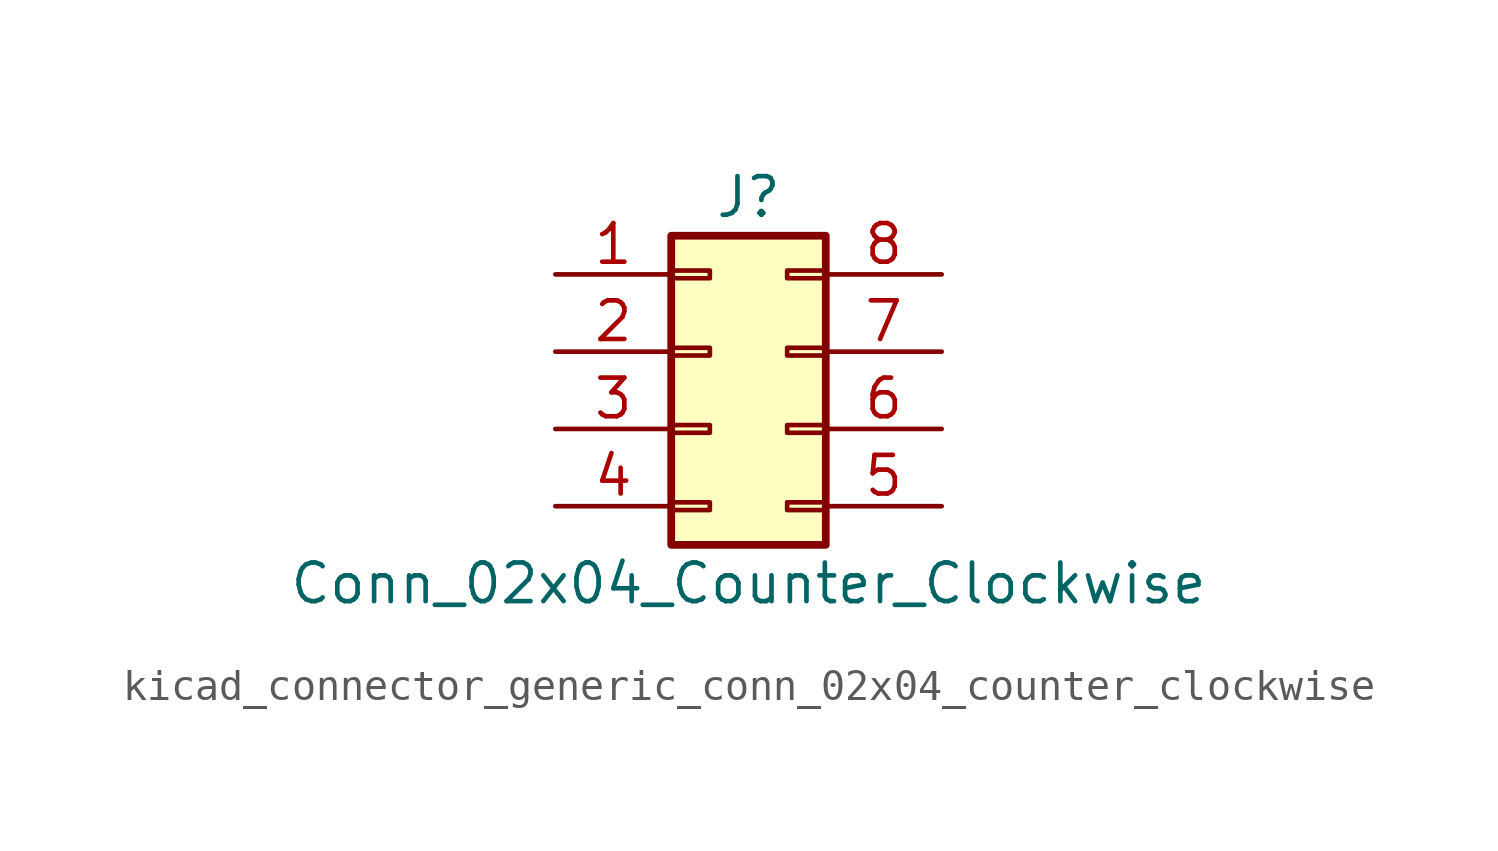
<source format=kicad_sym>
(kicad_symbol_lib
  (version 20220914)
  (generator kicad_symbol_editor)
  (symbol "kicad_connector_generic_conn_02x04_counter_clockwise"
    (pin_names
      (offset 1.016) hide)
    (property "Reference" "J"
      (at 1.27 5.08 0)
      (effects (font (size 1.27 1.27))))
    (property "Value" "Conn_02x04_Counter_Clockwise"
      (at 1.27 -7.62 0)
      (effects (font (size 1.27 1.27))))
    (symbol "kicad_connector_generic_conn_02x04_counter_clockwise_1_1"
      (rectangle (start -1.27 -4.953) (end 0 -5.207) (stroke (width 0.152) (type default)) (fill (type none)))
      (rectangle (start -1.27 -2.413) (end 0 -2.667) (stroke (width 0.152) (type default)) (fill (type none)))
      (rectangle (start -1.27 0.127) (end 0 -0.127) (stroke (width 0.152) (type default)) (fill (type none)))
      (rectangle (start -1.27 2.667) (end 0 2.413) (stroke (width 0.152) (type default)) (fill (type none)))
      (rectangle (start -1.27 3.81) (end 3.81 -6.35) (stroke (width 0.254) (type default)) (fill (type background)))
      (rectangle (start 3.81 -4.953) (end 2.54 -5.207) (stroke (width 0.152) (type default)) (fill (type none)))
      (rectangle (start 3.81 -2.413) (end 2.54 -2.667) (stroke (width 0.152) (type default)) (fill (type none)))
      (rectangle (start 3.81 0.127) (end 2.54 -0.127) (stroke (width 0.152) (type default)) (fill (type none)))
      (rectangle (start 3.81 2.667) (end 2.54 2.413) (stroke (width 0.152) (type default)) (fill (type none)))
      (pin passive line (at -5.08 2.54 0) (length 3.81) (name "Pin_1" (effects (font (size 1.27 1.27)))) (number "1" (effects (font (size 1.27 1.27)))))
      (pin passive line (at -5.08 0 0) (length 3.81) (name "Pin_2" (effects (font (size 1.27 1.27)))) (number "2" (effects (font (size 1.27 1.27)))))
      (pin passive line (at -5.08 -2.54 0) (length 3.81) (name "Pin_3" (effects (font (size 1.27 1.27)))) (number "3" (effects (font (size 1.27 1.27)))))
      (pin passive line (at -5.08 -5.08 0) (length 3.81) (name "Pin_4" (effects (font (size 1.27 1.27)))) (number "4" (effects (font (size 1.27 1.27)))))
      (pin passive line (at 7.62 -5.08 180) (length 3.81) (name "Pin_5" (effects (font (size 1.27 1.27)))) (number "5" (effects (font (size 1.27 1.27)))))
      (pin passive line (at 7.62 -2.54 180) (length 3.81) (name "Pin_6" (effects (font (size 1.27 1.27)))) (number "6" (effects (font (size 1.27 1.27)))))
      (pin passive line (at 7.62 0 180) (length 3.81) (name "Pin_7" (effects (font (size 1.27 1.27)))) (number "7" (effects (font (size 1.27 1.27)))))
      (pin passive line (at 7.62 2.54 180) (length 3.81) (name "Pin_8" (effects (font (size 1.27 1.27)))) (number "8" (effects (font (size 1.27 1.27))))))))
</source>
